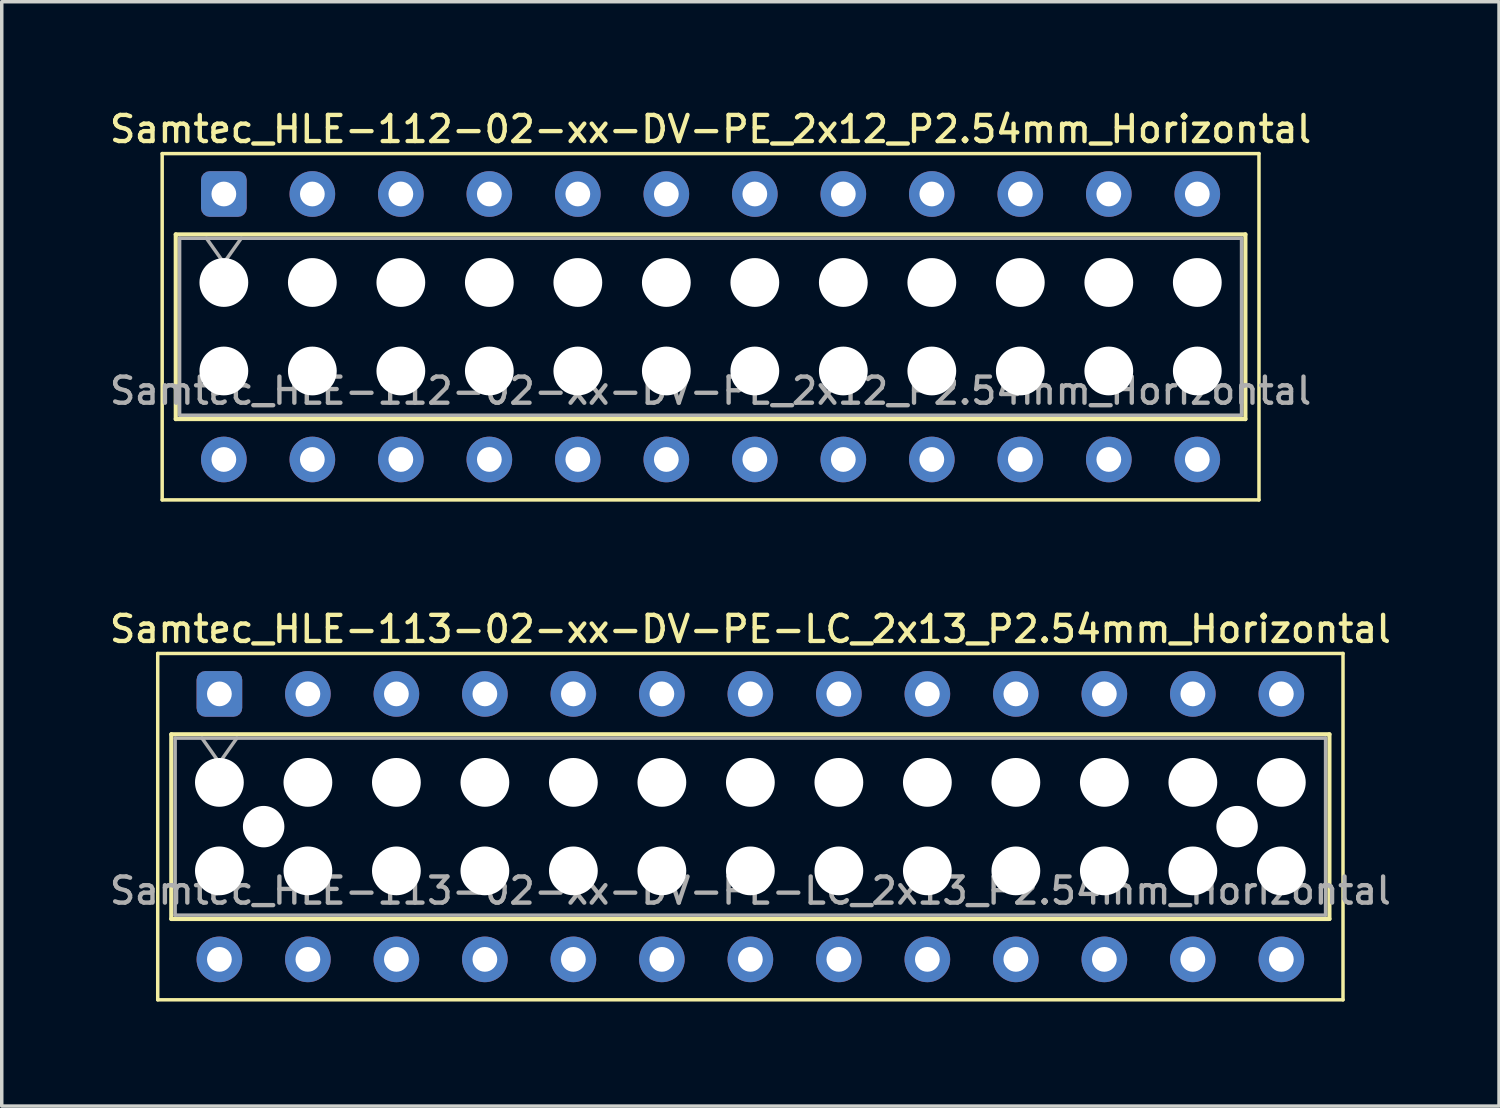
<source format=kicad_pcb>
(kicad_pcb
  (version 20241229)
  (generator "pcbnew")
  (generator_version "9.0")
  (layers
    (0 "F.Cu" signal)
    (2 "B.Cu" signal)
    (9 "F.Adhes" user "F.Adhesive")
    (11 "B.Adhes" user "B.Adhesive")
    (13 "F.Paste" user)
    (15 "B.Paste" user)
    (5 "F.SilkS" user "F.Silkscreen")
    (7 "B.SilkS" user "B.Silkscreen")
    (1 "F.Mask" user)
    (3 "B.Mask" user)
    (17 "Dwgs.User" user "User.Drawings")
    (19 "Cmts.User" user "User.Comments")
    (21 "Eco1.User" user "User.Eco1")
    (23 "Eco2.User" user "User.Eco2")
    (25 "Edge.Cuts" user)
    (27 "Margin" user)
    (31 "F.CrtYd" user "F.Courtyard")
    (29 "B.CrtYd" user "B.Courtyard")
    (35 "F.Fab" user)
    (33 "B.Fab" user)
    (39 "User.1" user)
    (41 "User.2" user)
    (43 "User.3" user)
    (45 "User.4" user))
  (footprint "Samtec_HLE-113-02-xx-DV-PE-LC_2x13_P2.54mm_Horizontal"
    (layer "F.Cu")
    (at 3.247 16.866)
    (property "Reference" "Samtec_HLE-113-02-xx-DV-PE-LC_2x13_P2.54mm_Horizontal" (at 15.24 -1.86 0) (layer "F.SilkS") (effects (font (size 0.75 0.75) (thickness 0.125))))
    (attr through_hole)
    (fp_line (start -1.77 -1.16) (end 32.25 -1.16) (stroke (width 0.1) (type solid)) (layer "F.SilkS"))
    (fp_line (start -1.77 8.78) (end -1.77 -1.16) (stroke (width 0.1) (type solid)) (layer "F.SilkS"))
    (fp_line (start -1.38 1.16) (end 31.86 1.16) (stroke (width 0.12) (type solid)) (layer "F.SilkS"))
    (fp_line (start -1.38 6.46) (end -1.38 1.16) (stroke (width 0.12) (type solid)) (layer "F.SilkS"))
    (fp_line (start 31.86 1.16) (end 31.86 6.46) (stroke (width 0.12) (type solid)) (layer "F.SilkS"))
    (fp_line (start 31.86 6.46) (end -1.38 6.46) (stroke (width 0.12) (type solid)) (layer "F.SilkS"))
    (fp_line (start 32.25 -1.16) (end 32.25 8.78) (stroke (width 0.1) (type solid)) (layer "F.SilkS"))
    (fp_line (start 32.25 8.78) (end -1.77 8.78) (stroke (width 0.1) (type solid)) (layer "F.SilkS"))
    (fp_line (start -1.27 1.27) (end 31.75 1.27) (stroke (width 0.1) (type solid)) (layer "F.Fab"))
    (fp_line (start -1.27 6.35) (end -1.27 1.27) (stroke (width 0.1) (type solid)) (layer "F.Fab"))
    (fp_line (start -0.5 1.27) (end 0 1.977) (stroke (width 0.1) (type solid)) (layer "F.Fab"))
    (fp_line (start 0 1.977) (end 0.5 1.27) (stroke (width 0.1) (type solid)) (layer "F.Fab"))
    (fp_line (start 31.75 1.27) (end 31.75 6.35) (stroke (width 0.1) (type solid)) (layer "F.Fab"))
    (fp_line (start 31.75 6.35) (end -1.27 6.35) (stroke (width 0.1) (type solid)) (layer "F.Fab"))
    (fp_text user "${REFERENCE}" (at 15.24 5.65 0) (layer "F.Fab") (effects (font (size 0.75 0.75) (thickness 0.125))))
    (pad "" np_thru_hole circle (at 0 2.54) (size 1.4 1.4) (drill 1.4) (layers "*.Cu" "*.Mask"))
    (pad "" np_thru_hole circle (at 0 5.08) (size 1.4 1.4) (drill 1.4) (layers "*.Cu" "*.Mask"))
    (pad "" np_thru_hole circle (at 1.27 3.81) (size 1.19 1.19) (drill 1.19) (layers "*.Cu" "*.Mask"))
    (pad "" np_thru_hole circle (at 2.54 2.54) (size 1.4 1.4) (drill 1.4) (layers "*.Cu" "*.Mask"))
    (pad "" np_thru_hole circle (at 2.54 5.08) (size 1.4 1.4) (drill 1.4) (layers "*.Cu" "*.Mask"))
    (pad "" np_thru_hole circle (at 5.08 2.54) (size 1.4 1.4) (drill 1.4) (layers "*.Cu" "*.Mask"))
    (pad "" np_thru_hole circle (at 5.08 5.08) (size 1.4 1.4) (drill 1.4) (layers "*.Cu" "*.Mask"))
    (pad "" np_thru_hole circle (at 7.62 2.54) (size 1.4 1.4) (drill 1.4) (layers "*.Cu" "*.Mask"))
    (pad "" np_thru_hole circle (at 7.62 5.08) (size 1.4 1.4) (drill 1.4) (layers "*.Cu" "*.Mask"))
    (pad "" np_thru_hole circle (at 10.16 2.54) (size 1.4 1.4) (drill 1.4) (layers "*.Cu" "*.Mask"))
    (pad "" np_thru_hole circle (at 10.16 5.08) (size 1.4 1.4) (drill 1.4) (layers "*.Cu" "*.Mask"))
    (pad "" np_thru_hole circle (at 12.7 2.54) (size 1.4 1.4) (drill 1.4) (layers "*.Cu" "*.Mask"))
    (pad "" np_thru_hole circle (at 12.7 5.08) (size 1.4 1.4) (drill 1.4) (layers "*.Cu" "*.Mask"))
    (pad "" np_thru_hole circle (at 15.24 2.54) (size 1.4 1.4) (drill 1.4) (layers "*.Cu" "*.Mask"))
    (pad "" np_thru_hole circle (at 15.24 5.08) (size 1.4 1.4) (drill 1.4) (layers "*.Cu" "*.Mask"))
    (pad "" np_thru_hole circle (at 17.78 2.54) (size 1.4 1.4) (drill 1.4) (layers "*.Cu" "*.Mask"))
    (pad "" np_thru_hole circle (at 17.78 5.08) (size 1.4 1.4) (drill 1.4) (layers "*.Cu" "*.Mask"))
    (pad "" np_thru_hole circle (at 20.32 2.54) (size 1.4 1.4) (drill 1.4) (layers "*.Cu" "*.Mask"))
    (pad "" np_thru_hole circle (at 20.32 5.08) (size 1.4 1.4) (drill 1.4) (layers "*.Cu" "*.Mask"))
    (pad "" np_thru_hole circle (at 22.86 2.54) (size 1.4 1.4) (drill 1.4) (layers "*.Cu" "*.Mask"))
    (pad "" np_thru_hole circle (at 22.86 5.08) (size 1.4 1.4) (drill 1.4) (layers "*.Cu" "*.Mask"))
    (pad "" np_thru_hole circle (at 25.4 2.54) (size 1.4 1.4) (drill 1.4) (layers "*.Cu" "*.Mask"))
    (pad "" np_thru_hole circle (at 25.4 5.08) (size 1.4 1.4) (drill 1.4) (layers "*.Cu" "*.Mask"))
    (pad "" np_thru_hole circle (at 27.94 2.54) (size 1.4 1.4) (drill 1.4) (layers "*.Cu" "*.Mask"))
    (pad "" np_thru_hole circle (at 27.94 5.08) (size 1.4 1.4) (drill 1.4) (layers "*.Cu" "*.Mask"))
    (pad "" np_thru_hole circle (at 29.21 3.81) (size 1.19 1.19) (drill 1.19) (layers "*.Cu" "*.Mask"))
    (pad "" np_thru_hole circle (at 30.48 2.54) (size 1.4 1.4) (drill 1.4) (layers "*.Cu" "*.Mask"))
    (pad "" np_thru_hole circle (at 30.48 5.08) (size 1.4 1.4) (drill 1.4) (layers "*.Cu" "*.Mask"))
    (pad "1" thru_hole roundrect (at 0 0) (size 1.31 1.31) (drill 0.71) (layers "*.Cu" "*.Mask") (roundrect_rratio 0.191))
    (pad "2" thru_hole circle (at 0 7.62) (size 1.31 1.31) (drill 0.71) (layers "*.Cu" "*.Mask"))
    (pad "3" thru_hole circle (at 2.54 0) (size 1.31 1.31) (drill 0.71) (layers "*.Cu" "*.Mask"))
    (pad "4" thru_hole circle (at 2.54 7.62) (size 1.31 1.31) (drill 0.71) (layers "*.Cu" "*.Mask"))
    (pad "5" thru_hole circle (at 5.08 0) (size 1.31 1.31) (drill 0.71) (layers "*.Cu" "*.Mask"))
    (pad "6" thru_hole circle (at 5.08 7.62) (size 1.31 1.31) (drill 0.71) (layers "*.Cu" "*.Mask"))
    (pad "7" thru_hole circle (at 7.62 0) (size 1.31 1.31) (drill 0.71) (layers "*.Cu" "*.Mask"))
    (pad "8" thru_hole circle (at 7.62 7.62) (size 1.31 1.31) (drill 0.71) (layers "*.Cu" "*.Mask"))
    (pad "9" thru_hole circle (at 10.16 0) (size 1.31 1.31) (drill 0.71) (layers "*.Cu" "*.Mask"))
    (pad "10" thru_hole circle (at 10.16 7.62) (size 1.31 1.31) (drill 0.71) (layers "*.Cu" "*.Mask"))
    (pad "11" thru_hole circle (at 12.7 0) (size 1.31 1.31) (drill 0.71) (layers "*.Cu" "*.Mask"))
    (pad "12" thru_hole circle (at 12.7 7.62) (size 1.31 1.31) (drill 0.71) (layers "*.Cu" "*.Mask"))
    (pad "13" thru_hole circle (at 15.24 0) (size 1.31 1.31) (drill 0.71) (layers "*.Cu" "*.Mask"))
    (pad "14" thru_hole circle (at 15.24 7.62) (size 1.31 1.31) (drill 0.71) (layers "*.Cu" "*.Mask"))
    (pad "15" thru_hole circle (at 17.78 0) (size 1.31 1.31) (drill 0.71) (layers "*.Cu" "*.Mask"))
    (pad "16" thru_hole circle (at 17.78 7.62) (size 1.31 1.31) (drill 0.71) (layers "*.Cu" "*.Mask"))
    (pad "17" thru_hole circle (at 20.32 0) (size 1.31 1.31) (drill 0.71) (layers "*.Cu" "*.Mask"))
    (pad "18" thru_hole circle (at 20.32 7.62) (size 1.31 1.31) (drill 0.71) (layers "*.Cu" "*.Mask"))
    (pad "19" thru_hole circle (at 22.86 0) (size 1.31 1.31) (drill 0.71) (layers "*.Cu" "*.Mask"))
    (pad "20" thru_hole circle (at 22.86 7.62) (size 1.31 1.31) (drill 0.71) (layers "*.Cu" "*.Mask"))
    (pad "21" thru_hole circle (at 25.4 0) (size 1.31 1.31) (drill 0.71) (layers "*.Cu" "*.Mask"))
    (pad "22" thru_hole circle (at 25.4 7.62) (size 1.31 1.31) (drill 0.71) (layers "*.Cu" "*.Mask"))
    (pad "23" thru_hole circle (at 27.94 0) (size 1.31 1.31) (drill 0.71) (layers "*.Cu" "*.Mask"))
    (pad "24" thru_hole circle (at 27.94 7.62) (size 1.31 1.31) (drill 0.71) (layers "*.Cu" "*.Mask"))
    (pad "25" thru_hole circle (at 30.48 0) (size 1.31 1.31) (drill 0.71) (layers "*.Cu" "*.Mask"))
    (pad "26" thru_hole circle (at 30.48 7.62) (size 1.31 1.31) (drill 0.71) (layers "*.Cu" "*.Mask")))
  (footprint "Samtec_HLE-112-02-xx-DV-PE_2x12_P2.54mm_Horizontal"
    (layer "F.Cu")
    (at 3.375 2.518)
    (property "Reference" "Samtec_HLE-112-02-xx-DV-PE_2x12_P2.54mm_Horizontal" (at 13.97 -1.86 0) (layer "F.SilkS") (effects (font (size 0.75 0.75) (thickness 0.125))))
    (attr through_hole)
    (fp_line (start -1.77 -1.16) (end 29.71 -1.16) (stroke (width 0.1) (type solid)) (layer "F.SilkS"))
    (fp_line (start -1.77 8.78) (end -1.77 -1.16) (stroke (width 0.1) (type solid)) (layer "F.SilkS"))
    (fp_line (start -1.38 1.16) (end 29.32 1.16) (stroke (width 0.12) (type solid)) (layer "F.SilkS"))
    (fp_line (start -1.38 6.46) (end -1.38 1.16) (stroke (width 0.12) (type solid)) (layer "F.SilkS"))
    (fp_line (start 29.32 1.16) (end 29.32 6.46) (stroke (width 0.12) (type solid)) (layer "F.SilkS"))
    (fp_line (start 29.32 6.46) (end -1.38 6.46) (stroke (width 0.12) (type solid)) (layer "F.SilkS"))
    (fp_line (start 29.71 -1.16) (end 29.71 8.78) (stroke (width 0.1) (type solid)) (layer "F.SilkS"))
    (fp_line (start 29.71 8.78) (end -1.77 8.78) (stroke (width 0.1) (type solid)) (layer "F.SilkS"))
    (fp_line (start -1.27 1.27) (end 29.21 1.27) (stroke (width 0.1) (type solid)) (layer "F.Fab"))
    (fp_line (start -1.27 6.35) (end -1.27 1.27) (stroke (width 0.1) (type solid)) (layer "F.Fab"))
    (fp_line (start -0.5 1.27) (end 0 1.977) (stroke (width 0.1) (type solid)) (layer "F.Fab"))
    (fp_line (start 0 1.977) (end 0.5 1.27) (stroke (width 0.1) (type solid)) (layer "F.Fab"))
    (fp_line (start 29.21 1.27) (end 29.21 6.35) (stroke (width 0.1) (type solid)) (layer "F.Fab"))
    (fp_line (start 29.21 6.35) (end -1.27 6.35) (stroke (width 0.1) (type solid)) (layer "F.Fab"))
    (fp_text user "${REFERENCE}" (at 13.97 5.65 0) (layer "F.Fab") (effects (font (size 0.75 0.75) (thickness 0.125))))
    (pad "" np_thru_hole circle (at 0 2.54) (size 1.4 1.4) (drill 1.4) (layers "*.Cu" "*.Mask"))
    (pad "" np_thru_hole circle (at 0 5.08) (size 1.4 1.4) (drill 1.4) (layers "*.Cu" "*.Mask"))
    (pad "" np_thru_hole circle (at 2.54 2.54) (size 1.4 1.4) (drill 1.4) (layers "*.Cu" "*.Mask"))
    (pad "" np_thru_hole circle (at 2.54 5.08) (size 1.4 1.4) (drill 1.4) (layers "*.Cu" "*.Mask"))
    (pad "" np_thru_hole circle (at 5.08 2.54) (size 1.4 1.4) (drill 1.4) (layers "*.Cu" "*.Mask"))
    (pad "" np_thru_hole circle (at 5.08 5.08) (size 1.4 1.4) (drill 1.4) (layers "*.Cu" "*.Mask"))
    (pad "" np_thru_hole circle (at 7.62 2.54) (size 1.4 1.4) (drill 1.4) (layers "*.Cu" "*.Mask"))
    (pad "" np_thru_hole circle (at 7.62 5.08) (size 1.4 1.4) (drill 1.4) (layers "*.Cu" "*.Mask"))
    (pad "" np_thru_hole circle (at 10.16 2.54) (size 1.4 1.4) (drill 1.4) (layers "*.Cu" "*.Mask"))
    (pad "" np_thru_hole circle (at 10.16 5.08) (size 1.4 1.4) (drill 1.4) (layers "*.Cu" "*.Mask"))
    (pad "" np_thru_hole circle (at 12.7 2.54) (size 1.4 1.4) (drill 1.4) (layers "*.Cu" "*.Mask"))
    (pad "" np_thru_hole circle (at 12.7 5.08) (size 1.4 1.4) (drill 1.4) (layers "*.Cu" "*.Mask"))
    (pad "" np_thru_hole circle (at 15.24 2.54) (size 1.4 1.4) (drill 1.4) (layers "*.Cu" "*.Mask"))
    (pad "" np_thru_hole circle (at 15.24 5.08) (size 1.4 1.4) (drill 1.4) (layers "*.Cu" "*.Mask"))
    (pad "" np_thru_hole circle (at 17.78 2.54) (size 1.4 1.4) (drill 1.4) (layers "*.Cu" "*.Mask"))
    (pad "" np_thru_hole circle (at 17.78 5.08) (size 1.4 1.4) (drill 1.4) (layers "*.Cu" "*.Mask"))
    (pad "" np_thru_hole circle (at 20.32 2.54) (size 1.4 1.4) (drill 1.4) (layers "*.Cu" "*.Mask"))
    (pad "" np_thru_hole circle (at 20.32 5.08) (size 1.4 1.4) (drill 1.4) (layers "*.Cu" "*.Mask"))
    (pad "" np_thru_hole circle (at 22.86 2.54) (size 1.4 1.4) (drill 1.4) (layers "*.Cu" "*.Mask"))
    (pad "" np_thru_hole circle (at 22.86 5.08) (size 1.4 1.4) (drill 1.4) (layers "*.Cu" "*.Mask"))
    (pad "" np_thru_hole circle (at 25.4 2.54) (size 1.4 1.4) (drill 1.4) (layers "*.Cu" "*.Mask"))
    (pad "" np_thru_hole circle (at 25.4 5.08) (size 1.4 1.4) (drill 1.4) (layers "*.Cu" "*.Mask"))
    (pad "" np_thru_hole circle (at 27.94 2.54) (size 1.4 1.4) (drill 1.4) (layers "*.Cu" "*.Mask"))
    (pad "" np_thru_hole circle (at 27.94 5.08) (size 1.4 1.4) (drill 1.4) (layers "*.Cu" "*.Mask"))
    (pad "1" thru_hole roundrect (at 0 0) (size 1.31 1.31) (drill 0.71) (layers "*.Cu" "*.Mask") (roundrect_rratio 0.191))
    (pad "2" thru_hole circle (at 0 7.62) (size 1.31 1.31) (drill 0.71) (layers "*.Cu" "*.Mask"))
    (pad "3" thru_hole circle (at 2.54 0) (size 1.31 1.31) (drill 0.71) (layers "*.Cu" "*.Mask"))
    (pad "4" thru_hole circle (at 2.54 7.62) (size 1.31 1.31) (drill 0.71) (layers "*.Cu" "*.Mask"))
    (pad "5" thru_hole circle (at 5.08 0) (size 1.31 1.31) (drill 0.71) (layers "*.Cu" "*.Mask"))
    (pad "6" thru_hole circle (at 5.08 7.62) (size 1.31 1.31) (drill 0.71) (layers "*.Cu" "*.Mask"))
    (pad "7" thru_hole circle (at 7.62 0) (size 1.31 1.31) (drill 0.71) (layers "*.Cu" "*.Mask"))
    (pad "8" thru_hole circle (at 7.62 7.62) (size 1.31 1.31) (drill 0.71) (layers "*.Cu" "*.Mask"))
    (pad "9" thru_hole circle (at 10.16 0) (size 1.31 1.31) (drill 0.71) (layers "*.Cu" "*.Mask"))
    (pad "10" thru_hole circle (at 10.16 7.62) (size 1.31 1.31) (drill 0.71) (layers "*.Cu" "*.Mask"))
    (pad "11" thru_hole circle (at 12.7 0) (size 1.31 1.31) (drill 0.71) (layers "*.Cu" "*.Mask"))
    (pad "12" thru_hole circle (at 12.7 7.62) (size 1.31 1.31) (drill 0.71) (layers "*.Cu" "*.Mask"))
    (pad "13" thru_hole circle (at 15.24 0) (size 1.31 1.31) (drill 0.71) (layers "*.Cu" "*.Mask"))
    (pad "14" thru_hole circle (at 15.24 7.62) (size 1.31 1.31) (drill 0.71) (layers "*.Cu" "*.Mask"))
    (pad "15" thru_hole circle (at 17.78 0) (size 1.31 1.31) (drill 0.71) (layers "*.Cu" "*.Mask"))
    (pad "16" thru_hole circle (at 17.78 7.62) (size 1.31 1.31) (drill 0.71) (layers "*.Cu" "*.Mask"))
    (pad "17" thru_hole circle (at 20.32 0) (size 1.31 1.31) (drill 0.71) (layers "*.Cu" "*.Mask"))
    (pad "18" thru_hole circle (at 20.32 7.62) (size 1.31 1.31) (drill 0.71) (layers "*.Cu" "*.Mask"))
    (pad "19" thru_hole circle (at 22.86 0) (size 1.31 1.31) (drill 0.71) (layers "*.Cu" "*.Mask"))
    (pad "20" thru_hole circle (at 22.86 7.62) (size 1.31 1.31) (drill 0.71) (layers "*.Cu" "*.Mask"))
    (pad "21" thru_hole circle (at 25.4 0) (size 1.31 1.31) (drill 0.71) (layers "*.Cu" "*.Mask"))
    (pad "22" thru_hole circle (at 25.4 7.62) (size 1.31 1.31) (drill 0.71) (layers "*.Cu" "*.Mask"))
    (pad "23" thru_hole circle (at 27.94 0) (size 1.31 1.31) (drill 0.71) (layers "*.Cu" "*.Mask"))
    (pad "24" thru_hole circle (at 27.94 7.62) (size 1.31 1.31) (drill 0.71) (layers "*.Cu" "*.Mask")))
  (gr_rect
    (start -3 -3)
    (end 39.975 28.696)
    (stroke (width 0.1) (type default))
    (fill no)
    (layer "Edge.Cuts")))
</source>
